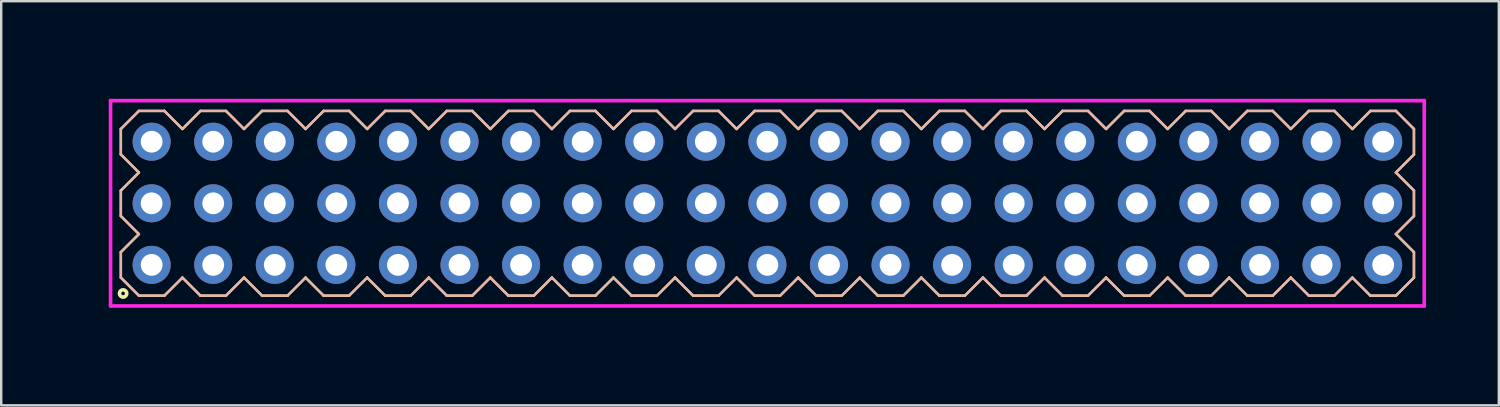
<source format=kicad_pcb>
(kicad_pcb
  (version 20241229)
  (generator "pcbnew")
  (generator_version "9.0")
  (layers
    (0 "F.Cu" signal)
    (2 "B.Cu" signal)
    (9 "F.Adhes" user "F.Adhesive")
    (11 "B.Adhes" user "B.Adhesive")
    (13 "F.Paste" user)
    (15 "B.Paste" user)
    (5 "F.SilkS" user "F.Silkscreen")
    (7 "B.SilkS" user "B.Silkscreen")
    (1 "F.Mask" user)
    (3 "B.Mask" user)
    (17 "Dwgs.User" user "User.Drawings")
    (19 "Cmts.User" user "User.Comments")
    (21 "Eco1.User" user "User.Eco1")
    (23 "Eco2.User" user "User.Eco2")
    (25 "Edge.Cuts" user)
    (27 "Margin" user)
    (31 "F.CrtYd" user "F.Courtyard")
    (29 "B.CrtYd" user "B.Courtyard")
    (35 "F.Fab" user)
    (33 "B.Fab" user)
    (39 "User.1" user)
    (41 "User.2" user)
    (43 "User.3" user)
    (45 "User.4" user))
  (footprint "HDR254P21x3"
    (layer "F.Cu")
    (at 28.605 5.336)
    (property "Reference" "HDR254P21x3" (at -27.845 0 90) (layer "User.1") (effects (font (size 1 1) (thickness 0.1))))
    (attr through_hole)
    (fp_line (start -26.67 -3.066) (end -25.926 -3.81) (stroke (width 0.1) (type solid)) (layer "F.SilkS"))
    (fp_line (start -26.67 -2.014) (end -26.67 -3.066) (stroke (width 0.1) (type solid)) (layer "F.SilkS"))
    (fp_line (start -26.67 -0.526) (end -25.926 -1.27) (stroke (width 0.1) (type solid)) (layer "F.SilkS"))
    (fp_line (start -26.67 0.526) (end -26.67 -0.526) (stroke (width 0.1) (type solid)) (layer "F.SilkS"))
    (fp_line (start -26.67 2.014) (end -25.926 1.27) (stroke (width 0.1) (type solid)) (layer "F.SilkS"))
    (fp_line (start -26.67 3.066) (end -26.67 2.014) (stroke (width 0.1) (type solid)) (layer "F.SilkS"))
    (fp_line (start -25.926 -3.81) (end -24.874 -3.81) (stroke (width 0.1) (type solid)) (layer "F.SilkS"))
    (fp_line (start -25.926 -1.27) (end -26.67 -2.014) (stroke (width 0.1) (type solid)) (layer "F.SilkS"))
    (fp_line (start -25.926 1.27) (end -26.67 0.526) (stroke (width 0.1) (type solid)) (layer "F.SilkS"))
    (fp_line (start -25.926 3.81) (end -26.67 3.066) (stroke (width 0.1) (type solid)) (layer "F.SilkS"))
    (fp_line (start -24.874 -3.81) (end -24.13 -3.066) (stroke (width 0.1) (type solid)) (layer "F.SilkS"))
    (fp_line (start -24.874 3.81) (end -25.926 3.81) (stroke (width 0.1) (type solid)) (layer "F.SilkS"))
    (fp_line (start -24.13 -3.066) (end -23.386 -3.81) (stroke (width 0.1) (type solid)) (layer "F.SilkS"))
    (fp_line (start -24.13 3.066) (end -24.874 3.81) (stroke (width 0.1) (type solid)) (layer "F.SilkS"))
    (fp_line (start -23.386 -3.81) (end -22.334 -3.81) (stroke (width 0.1) (type solid)) (layer "F.SilkS"))
    (fp_line (start -23.386 3.81) (end -24.13 3.066) (stroke (width 0.1) (type solid)) (layer "F.SilkS"))
    (fp_line (start -22.334 -3.81) (end -21.59 -3.066) (stroke (width 0.1) (type solid)) (layer "F.SilkS"))
    (fp_line (start -22.334 3.81) (end -23.386 3.81) (stroke (width 0.1) (type solid)) (layer "F.SilkS"))
    (fp_line (start -21.59 -3.066) (end -20.846 -3.81) (stroke (width 0.1) (type solid)) (layer "F.SilkS"))
    (fp_line (start -21.59 3.066) (end -22.334 3.81) (stroke (width 0.1) (type solid)) (layer "F.SilkS"))
    (fp_line (start -20.846 -3.81) (end -19.794 -3.81) (stroke (width 0.1) (type solid)) (layer "F.SilkS"))
    (fp_line (start -20.846 3.81) (end -21.59 3.066) (stroke (width 0.1) (type solid)) (layer "F.SilkS"))
    (fp_line (start -19.794 -3.81) (end -19.05 -3.066) (stroke (width 0.1) (type solid)) (layer "F.SilkS"))
    (fp_line (start -19.794 3.81) (end -20.846 3.81) (stroke (width 0.1) (type solid)) (layer "F.SilkS"))
    (fp_line (start -19.05 -3.066) (end -18.306 -3.81) (stroke (width 0.1) (type solid)) (layer "F.SilkS"))
    (fp_line (start -19.05 3.066) (end -19.794 3.81) (stroke (width 0.1) (type solid)) (layer "F.SilkS"))
    (fp_line (start -18.306 -3.81) (end -17.254 -3.81) (stroke (width 0.1) (type solid)) (layer "F.SilkS"))
    (fp_line (start -18.306 3.81) (end -19.05 3.066) (stroke (width 0.1) (type solid)) (layer "F.SilkS"))
    (fp_line (start -17.254 -3.81) (end -16.51 -3.066) (stroke (width 0.1) (type solid)) (layer "F.SilkS"))
    (fp_line (start -17.254 3.81) (end -18.306 3.81) (stroke (width 0.1) (type solid)) (layer "F.SilkS"))
    (fp_line (start -16.51 -3.066) (end -15.766 -3.81) (stroke (width 0.1) (type solid)) (layer "F.SilkS"))
    (fp_line (start -16.51 3.066) (end -17.254 3.81) (stroke (width 0.1) (type solid)) (layer "F.SilkS"))
    (fp_line (start -15.766 -3.81) (end -14.714 -3.81) (stroke (width 0.1) (type solid)) (layer "F.SilkS"))
    (fp_line (start -15.766 3.81) (end -16.51 3.066) (stroke (width 0.1) (type solid)) (layer "F.SilkS"))
    (fp_line (start -14.714 -3.81) (end -13.97 -3.066) (stroke (width 0.1) (type solid)) (layer "F.SilkS"))
    (fp_line (start -14.714 3.81) (end -15.766 3.81) (stroke (width 0.1) (type solid)) (layer "F.SilkS"))
    (fp_line (start -13.97 -3.066) (end -13.226 -3.81) (stroke (width 0.1) (type solid)) (layer "F.SilkS"))
    (fp_line (start -13.97 3.066) (end -14.714 3.81) (stroke (width 0.1) (type solid)) (layer "F.SilkS"))
    (fp_line (start -13.226 -3.81) (end -12.174 -3.81) (stroke (width 0.1) (type solid)) (layer "F.SilkS"))
    (fp_line (start -13.226 3.81) (end -13.97 3.066) (stroke (width 0.1) (type solid)) (layer "F.SilkS"))
    (fp_line (start -12.174 -3.81) (end -11.43 -3.066) (stroke (width 0.1) (type solid)) (layer "F.SilkS"))
    (fp_line (start -12.174 3.81) (end -13.226 3.81) (stroke (width 0.1) (type solid)) (layer "F.SilkS"))
    (fp_line (start -11.43 -3.066) (end -10.686 -3.81) (stroke (width 0.1) (type solid)) (layer "F.SilkS"))
    (fp_line (start -11.43 3.066) (end -12.174 3.81) (stroke (width 0.1) (type solid)) (layer "F.SilkS"))
    (fp_line (start -10.686 -3.81) (end -9.634 -3.81) (stroke (width 0.1) (type solid)) (layer "F.SilkS"))
    (fp_line (start -10.686 3.81) (end -11.43 3.066) (stroke (width 0.1) (type solid)) (layer "F.SilkS"))
    (fp_line (start -9.634 -3.81) (end -8.89 -3.066) (stroke (width 0.1) (type solid)) (layer "F.SilkS"))
    (fp_line (start -9.634 3.81) (end -10.686 3.81) (stroke (width 0.1) (type solid)) (layer "F.SilkS"))
    (fp_line (start -8.89 -3.066) (end -8.146 -3.81) (stroke (width 0.1) (type solid)) (layer "F.SilkS"))
    (fp_line (start -8.89 3.066) (end -9.634 3.81) (stroke (width 0.1) (type solid)) (layer "F.SilkS"))
    (fp_line (start -8.146 -3.81) (end -7.094 -3.81) (stroke (width 0.1) (type solid)) (layer "F.SilkS"))
    (fp_line (start -8.146 3.81) (end -8.89 3.066) (stroke (width 0.1) (type solid)) (layer "F.SilkS"))
    (fp_line (start -7.094 -3.81) (end -6.35 -3.066) (stroke (width 0.1) (type solid)) (layer "F.SilkS"))
    (fp_line (start -7.094 3.81) (end -8.146 3.81) (stroke (width 0.1) (type solid)) (layer "F.SilkS"))
    (fp_line (start -6.35 -3.066) (end -5.606 -3.81) (stroke (width 0.1) (type solid)) (layer "F.SilkS"))
    (fp_line (start -6.35 3.066) (end -7.094 3.81) (stroke (width 0.1) (type solid)) (layer "F.SilkS"))
    (fp_line (start -5.606 -3.81) (end -4.554 -3.81) (stroke (width 0.1) (type solid)) (layer "F.SilkS"))
    (fp_line (start -5.606 3.81) (end -6.35 3.066) (stroke (width 0.1) (type solid)) (layer "F.SilkS"))
    (fp_line (start -4.554 -3.81) (end -3.81 -3.066) (stroke (width 0.1) (type solid)) (layer "F.SilkS"))
    (fp_line (start -4.554 3.81) (end -5.606 3.81) (stroke (width 0.1) (type solid)) (layer "F.SilkS"))
    (fp_line (start -3.81 -3.066) (end -3.066 -3.81) (stroke (width 0.1) (type solid)) (layer "F.SilkS"))
    (fp_line (start -3.81 3.066) (end -4.554 3.81) (stroke (width 0.1) (type solid)) (layer "F.SilkS"))
    (fp_line (start -3.066 -3.81) (end -2.014 -3.81) (stroke (width 0.1) (type solid)) (layer "F.SilkS"))
    (fp_line (start -3.066 3.81) (end -3.81 3.066) (stroke (width 0.1) (type solid)) (layer "F.SilkS"))
    (fp_line (start -2.014 -3.81) (end -1.27 -3.066) (stroke (width 0.1) (type solid)) (layer "F.SilkS"))
    (fp_line (start -2.014 3.81) (end -3.066 3.81) (stroke (width 0.1) (type solid)) (layer "F.SilkS"))
    (fp_line (start -1.27 -3.066) (end -0.526 -3.81) (stroke (width 0.1) (type solid)) (layer "F.SilkS"))
    (fp_line (start -1.27 3.066) (end -2.014 3.81) (stroke (width 0.1) (type solid)) (layer "F.SilkS"))
    (fp_line (start -0.526 -3.81) (end 0.526 -3.81) (stroke (width 0.1) (type solid)) (layer "F.SilkS"))
    (fp_line (start -0.526 3.81) (end -1.27 3.066) (stroke (width 0.1) (type solid)) (layer "F.SilkS"))
    (fp_line (start 0.526 -3.81) (end 1.27 -3.066) (stroke (width 0.1) (type solid)) (layer "F.SilkS"))
    (fp_line (start 0.526 3.81) (end -0.526 3.81) (stroke (width 0.1) (type solid)) (layer "F.SilkS"))
    (fp_line (start 1.27 -3.066) (end 2.014 -3.81) (stroke (width 0.1) (type solid)) (layer "F.SilkS"))
    (fp_line (start 1.27 3.066) (end 0.526 3.81) (stroke (width 0.1) (type solid)) (layer "F.SilkS"))
    (fp_line (start 2.014 -3.81) (end 3.066 -3.81) (stroke (width 0.1) (type solid)) (layer "F.SilkS"))
    (fp_line (start 2.014 3.81) (end 1.27 3.066) (stroke (width 0.1) (type solid)) (layer "F.SilkS"))
    (fp_line (start 3.066 -3.81) (end 3.81 -3.066) (stroke (width 0.1) (type solid)) (layer "F.SilkS"))
    (fp_line (start 3.066 3.81) (end 2.014 3.81) (stroke (width 0.1) (type solid)) (layer "F.SilkS"))
    (fp_line (start 3.81 -3.066) (end 4.554 -3.81) (stroke (width 0.1) (type solid)) (layer "F.SilkS"))
    (fp_line (start 3.81 3.066) (end 3.066 3.81) (stroke (width 0.1) (type solid)) (layer "F.SilkS"))
    (fp_line (start 4.554 -3.81) (end 5.606 -3.81) (stroke (width 0.1) (type solid)) (layer "F.SilkS"))
    (fp_line (start 4.554 3.81) (end 3.81 3.066) (stroke (width 0.1) (type solid)) (layer "F.SilkS"))
    (fp_line (start 5.606 -3.81) (end 6.35 -3.066) (stroke (width 0.1) (type solid)) (layer "F.SilkS"))
    (fp_line (start 5.606 3.81) (end 4.554 3.81) (stroke (width 0.1) (type solid)) (layer "F.SilkS"))
    (fp_line (start 6.35 -3.066) (end 7.094 -3.81) (stroke (width 0.1) (type solid)) (layer "F.SilkS"))
    (fp_line (start 6.35 3.066) (end 5.606 3.81) (stroke (width 0.1) (type solid)) (layer "F.SilkS"))
    (fp_line (start 7.094 -3.81) (end 8.146 -3.81) (stroke (width 0.1) (type solid)) (layer "F.SilkS"))
    (fp_line (start 7.094 3.81) (end 6.35 3.066) (stroke (width 0.1) (type solid)) (layer "F.SilkS"))
    (fp_line (start 8.146 -3.81) (end 8.89 -3.066) (stroke (width 0.1) (type solid)) (layer "F.SilkS"))
    (fp_line (start 8.146 3.81) (end 7.094 3.81) (stroke (width 0.1) (type solid)) (layer "F.SilkS"))
    (fp_line (start 8.89 -3.066) (end 9.634 -3.81) (stroke (width 0.1) (type solid)) (layer "F.SilkS"))
    (fp_line (start 8.89 3.066) (end 8.146 3.81) (stroke (width 0.1) (type solid)) (layer "F.SilkS"))
    (fp_line (start 9.634 -3.81) (end 10.686 -3.81) (stroke (width 0.1) (type solid)) (layer "F.SilkS"))
    (fp_line (start 9.634 3.81) (end 8.89 3.066) (stroke (width 0.1) (type solid)) (layer "F.SilkS"))
    (fp_line (start 10.686 -3.81) (end 11.43 -3.066) (stroke (width 0.1) (type solid)) (layer "F.SilkS"))
    (fp_line (start 10.686 3.81) (end 9.634 3.81) (stroke (width 0.1) (type solid)) (layer "F.SilkS"))
    (fp_line (start 11.43 -3.066) (end 12.174 -3.81) (stroke (width 0.1) (type solid)) (layer "F.SilkS"))
    (fp_line (start 11.43 3.066) (end 10.686 3.81) (stroke (width 0.1) (type solid)) (layer "F.SilkS"))
    (fp_line (start 12.174 -3.81) (end 13.226 -3.81) (stroke (width 0.1) (type solid)) (layer "F.SilkS"))
    (fp_line (start 12.174 3.81) (end 11.43 3.066) (stroke (width 0.1) (type solid)) (layer "F.SilkS"))
    (fp_line (start 13.226 -3.81) (end 13.97 -3.066) (stroke (width 0.1) (type solid)) (layer "F.SilkS"))
    (fp_line (start 13.226 3.81) (end 12.174 3.81) (stroke (width 0.1) (type solid)) (layer "F.SilkS"))
    (fp_line (start 13.97 -3.066) (end 14.714 -3.81) (stroke (width 0.1) (type solid)) (layer "F.SilkS"))
    (fp_line (start 13.97 3.066) (end 13.226 3.81) (stroke (width 0.1) (type solid)) (layer "F.SilkS"))
    (fp_line (start 14.714 -3.81) (end 15.766 -3.81) (stroke (width 0.1) (type solid)) (layer "F.SilkS"))
    (fp_line (start 14.714 3.81) (end 13.97 3.066) (stroke (width 0.1) (type solid)) (layer "F.SilkS"))
    (fp_line (start 15.766 -3.81) (end 16.51 -3.066) (stroke (width 0.1) (type solid)) (layer "F.SilkS"))
    (fp_line (start 15.766 3.81) (end 14.714 3.81) (stroke (width 0.1) (type solid)) (layer "F.SilkS"))
    (fp_line (start 16.51 -3.066) (end 17.254 -3.81) (stroke (width 0.1) (type solid)) (layer "F.SilkS"))
    (fp_line (start 16.51 3.066) (end 15.766 3.81) (stroke (width 0.1) (type solid)) (layer "F.SilkS"))
    (fp_line (start 17.254 -3.81) (end 18.306 -3.81) (stroke (width 0.1) (type solid)) (layer "F.SilkS"))
    (fp_line (start 17.254 3.81) (end 16.51 3.066) (stroke (width 0.1) (type solid)) (layer "F.SilkS"))
    (fp_line (start 18.306 -3.81) (end 19.05 -3.066) (stroke (width 0.1) (type solid)) (layer "F.SilkS"))
    (fp_line (start 18.306 3.81) (end 17.254 3.81) (stroke (width 0.1) (type solid)) (layer "F.SilkS"))
    (fp_line (start 19.05 -3.066) (end 19.794 -3.81) (stroke (width 0.1) (type solid)) (layer "F.SilkS"))
    (fp_line (start 19.05 3.066) (end 18.306 3.81) (stroke (width 0.1) (type solid)) (layer "F.SilkS"))
    (fp_line (start 19.794 -3.81) (end 20.846 -3.81) (stroke (width 0.1) (type solid)) (layer "F.SilkS"))
    (fp_line (start 19.794 3.81) (end 19.05 3.066) (stroke (width 0.1) (type solid)) (layer "F.SilkS"))
    (fp_line (start 20.846 -3.81) (end 21.59 -3.066) (stroke (width 0.1) (type solid)) (layer "F.SilkS"))
    (fp_line (start 20.846 3.81) (end 19.794 3.81) (stroke (width 0.1) (type solid)) (layer "F.SilkS"))
    (fp_line (start 21.59 -3.066) (end 22.334 -3.81) (stroke (width 0.1) (type solid)) (layer "F.SilkS"))
    (fp_line (start 21.59 3.066) (end 20.846 3.81) (stroke (width 0.1) (type solid)) (layer "F.SilkS"))
    (fp_line (start 22.334 -3.81) (end 23.386 -3.81) (stroke (width 0.1) (type solid)) (layer "F.SilkS"))
    (fp_line (start 22.334 3.81) (end 21.59 3.066) (stroke (width 0.1) (type solid)) (layer "F.SilkS"))
    (fp_line (start 23.386 -3.81) (end 24.13 -3.066) (stroke (width 0.1) (type solid)) (layer "F.SilkS"))
    (fp_line (start 23.386 3.81) (end 22.334 3.81) (stroke (width 0.1) (type solid)) (layer "F.SilkS"))
    (fp_line (start 24.13 -3.066) (end 24.874 -3.81) (stroke (width 0.1) (type solid)) (layer "F.SilkS"))
    (fp_line (start 24.13 3.066) (end 23.386 3.81) (stroke (width 0.1) (type solid)) (layer "F.SilkS"))
    (fp_line (start 24.874 -3.81) (end 25.926 -3.81) (stroke (width 0.1) (type solid)) (layer "F.SilkS"))
    (fp_line (start 24.874 3.81) (end 24.13 3.066) (stroke (width 0.1) (type solid)) (layer "F.SilkS"))
    (fp_line (start 25.926 -3.81) (end 26.67 -3.066) (stroke (width 0.1) (type solid)) (layer "F.SilkS"))
    (fp_line (start 25.926 -1.27) (end 26.67 -0.526) (stroke (width 0.1) (type solid)) (layer "F.SilkS"))
    (fp_line (start 25.926 1.27) (end 26.67 2.014) (stroke (width 0.1) (type solid)) (layer "F.SilkS"))
    (fp_line (start 25.926 3.81) (end 24.874 3.81) (stroke (width 0.1) (type solid)) (layer "F.SilkS"))
    (fp_line (start 26.67 -3.066) (end 26.67 -2.014) (stroke (width 0.1) (type solid)) (layer "F.SilkS"))
    (fp_line (start 26.67 -2.014) (end 25.926 -1.27) (stroke (width 0.1) (type solid)) (layer "F.SilkS"))
    (fp_line (start 26.67 -0.526) (end 26.67 0.526) (stroke (width 0.1) (type solid)) (layer "F.SilkS"))
    (fp_line (start 26.67 0.526) (end 25.926 1.27) (stroke (width 0.1) (type solid)) (layer "F.SilkS"))
    (fp_line (start 26.67 2.014) (end 26.67 3.066) (stroke (width 0.1) (type solid)) (layer "F.SilkS"))
    (fp_line (start 26.67 3.066) (end 25.926 3.81) (stroke (width 0.1) (type solid)) (layer "F.SilkS"))
    (fp_circle (center -26.577 3.718) (end -26.427 3.718) (stroke (width 0.15) (type solid)) (fill no) (layer "F.SilkS"))
    (fp_line (start -26.67 -3.066) (end -25.926 -3.81) (stroke (width 0.1) (type solid)) (layer "B.SilkS"))
    (fp_line (start -26.67 -2.014) (end -26.67 -3.066) (stroke (width 0.1) (type solid)) (layer "B.SilkS"))
    (fp_line (start -26.67 -0.526) (end -25.926 -1.27) (stroke (width 0.1) (type solid)) (layer "B.SilkS"))
    (fp_line (start -26.67 0.526) (end -26.67 -0.526) (stroke (width 0.1) (type solid)) (layer "B.SilkS"))
    (fp_line (start -26.67 2.014) (end -25.926 1.27) (stroke (width 0.1) (type solid)) (layer "B.SilkS"))
    (fp_line (start -26.67 3.066) (end -26.67 2.014) (stroke (width 0.1) (type solid)) (layer "B.SilkS"))
    (fp_line (start -25.926 -3.81) (end -24.874 -3.81) (stroke (width 0.1) (type solid)) (layer "B.SilkS"))
    (fp_line (start -25.926 -1.27) (end -26.67 -2.014) (stroke (width 0.1) (type solid)) (layer "B.SilkS"))
    (fp_line (start -25.926 1.27) (end -26.67 0.526) (stroke (width 0.1) (type solid)) (layer "B.SilkS"))
    (fp_line (start -25.926 3.81) (end -26.67 3.066) (stroke (width 0.1) (type solid)) (layer "B.SilkS"))
    (fp_line (start -24.874 -3.81) (end -24.13 -3.066) (stroke (width 0.1) (type solid)) (layer "B.SilkS"))
    (fp_line (start -24.874 3.81) (end -25.926 3.81) (stroke (width 0.1) (type solid)) (layer "B.SilkS"))
    (fp_line (start -24.13 -3.066) (end -23.386 -3.81) (stroke (width 0.1) (type solid)) (layer "B.SilkS"))
    (fp_line (start -24.13 3.066) (end -24.874 3.81) (stroke (width 0.1) (type solid)) (layer "B.SilkS"))
    (fp_line (start -23.386 -3.81) (end -22.334 -3.81) (stroke (width 0.1) (type solid)) (layer "B.SilkS"))
    (fp_line (start -23.386 3.81) (end -24.13 3.066) (stroke (width 0.1) (type solid)) (layer "B.SilkS"))
    (fp_line (start -22.334 -3.81) (end -21.59 -3.066) (stroke (width 0.1) (type solid)) (layer "B.SilkS"))
    (fp_line (start -22.334 3.81) (end -23.386 3.81) (stroke (width 0.1) (type solid)) (layer "B.SilkS"))
    (fp_line (start -21.59 -3.066) (end -20.846 -3.81) (stroke (width 0.1) (type solid)) (layer "B.SilkS"))
    (fp_line (start -21.59 3.066) (end -22.334 3.81) (stroke (width 0.1) (type solid)) (layer "B.SilkS"))
    (fp_line (start -20.846 -3.81) (end -19.794 -3.81) (stroke (width 0.1) (type solid)) (layer "B.SilkS"))
    (fp_line (start -20.846 3.81) (end -21.59 3.066) (stroke (width 0.1) (type solid)) (layer "B.SilkS"))
    (fp_line (start -19.794 -3.81) (end -19.05 -3.066) (stroke (width 0.1) (type solid)) (layer "B.SilkS"))
    (fp_line (start -19.794 3.81) (end -20.846 3.81) (stroke (width 0.1) (type solid)) (layer "B.SilkS"))
    (fp_line (start -19.05 -3.066) (end -18.306 -3.81) (stroke (width 0.1) (type solid)) (layer "B.SilkS"))
    (fp_line (start -19.05 3.066) (end -19.794 3.81) (stroke (width 0.1) (type solid)) (layer "B.SilkS"))
    (fp_line (start -18.306 -3.81) (end -17.254 -3.81) (stroke (width 0.1) (type solid)) (layer "B.SilkS"))
    (fp_line (start -18.306 3.81) (end -19.05 3.066) (stroke (width 0.1) (type solid)) (layer "B.SilkS"))
    (fp_line (start -17.254 -3.81) (end -16.51 -3.066) (stroke (width 0.1) (type solid)) (layer "B.SilkS"))
    (fp_line (start -17.254 3.81) (end -18.306 3.81) (stroke (width 0.1) (type solid)) (layer "B.SilkS"))
    (fp_line (start -16.51 -3.066) (end -15.766 -3.81) (stroke (width 0.1) (type solid)) (layer "B.SilkS"))
    (fp_line (start -16.51 3.066) (end -17.254 3.81) (stroke (width 0.1) (type solid)) (layer "B.SilkS"))
    (fp_line (start -15.766 -3.81) (end -14.714 -3.81) (stroke (width 0.1) (type solid)) (layer "B.SilkS"))
    (fp_line (start -15.766 3.81) (end -16.51 3.066) (stroke (width 0.1) (type solid)) (layer "B.SilkS"))
    (fp_line (start -14.714 -3.81) (end -13.97 -3.066) (stroke (width 0.1) (type solid)) (layer "B.SilkS"))
    (fp_line (start -14.714 3.81) (end -15.766 3.81) (stroke (width 0.1) (type solid)) (layer "B.SilkS"))
    (fp_line (start -13.97 -3.066) (end -13.226 -3.81) (stroke (width 0.1) (type solid)) (layer "B.SilkS"))
    (fp_line (start -13.97 3.066) (end -14.714 3.81) (stroke (width 0.1) (type solid)) (layer "B.SilkS"))
    (fp_line (start -13.226 -3.81) (end -12.174 -3.81) (stroke (width 0.1) (type solid)) (layer "B.SilkS"))
    (fp_line (start -13.226 3.81) (end -13.97 3.066) (stroke (width 0.1) (type solid)) (layer "B.SilkS"))
    (fp_line (start -12.174 -3.81) (end -11.43 -3.066) (stroke (width 0.1) (type solid)) (layer "B.SilkS"))
    (fp_line (start -12.174 3.81) (end -13.226 3.81) (stroke (width 0.1) (type solid)) (layer "B.SilkS"))
    (fp_line (start -11.43 -3.066) (end -10.686 -3.81) (stroke (width 0.1) (type solid)) (layer "B.SilkS"))
    (fp_line (start -11.43 3.066) (end -12.174 3.81) (stroke (width 0.1) (type solid)) (layer "B.SilkS"))
    (fp_line (start -10.686 -3.81) (end -9.634 -3.81) (stroke (width 0.1) (type solid)) (layer "B.SilkS"))
    (fp_line (start -10.686 3.81) (end -11.43 3.066) (stroke (width 0.1) (type solid)) (layer "B.SilkS"))
    (fp_line (start -9.634 -3.81) (end -8.89 -3.066) (stroke (width 0.1) (type solid)) (layer "B.SilkS"))
    (fp_line (start -9.634 3.81) (end -10.686 3.81) (stroke (width 0.1) (type solid)) (layer "B.SilkS"))
    (fp_line (start -8.89 -3.066) (end -8.146 -3.81) (stroke (width 0.1) (type solid)) (layer "B.SilkS"))
    (fp_line (start -8.89 3.066) (end -9.634 3.81) (stroke (width 0.1) (type solid)) (layer "B.SilkS"))
    (fp_line (start -8.146 -3.81) (end -7.094 -3.81) (stroke (width 0.1) (type solid)) (layer "B.SilkS"))
    (fp_line (start -8.146 3.81) (end -8.89 3.066) (stroke (width 0.1) (type solid)) (layer "B.SilkS"))
    (fp_line (start -7.094 -3.81) (end -6.35 -3.066) (stroke (width 0.1) (type solid)) (layer "B.SilkS"))
    (fp_line (start -7.094 3.81) (end -8.146 3.81) (stroke (width 0.1) (type solid)) (layer "B.SilkS"))
    (fp_line (start -6.35 -3.066) (end -5.606 -3.81) (stroke (width 0.1) (type solid)) (layer "B.SilkS"))
    (fp_line (start -6.35 3.066) (end -7.094 3.81) (stroke (width 0.1) (type solid)) (layer "B.SilkS"))
    (fp_line (start -5.606 -3.81) (end -4.554 -3.81) (stroke (width 0.1) (type solid)) (layer "B.SilkS"))
    (fp_line (start -5.606 3.81) (end -6.35 3.066) (stroke (width 0.1) (type solid)) (layer "B.SilkS"))
    (fp_line (start -4.554 -3.81) (end -3.81 -3.066) (stroke (width 0.1) (type solid)) (layer "B.SilkS"))
    (fp_line (start -4.554 3.81) (end -5.606 3.81) (stroke (width 0.1) (type solid)) (layer "B.SilkS"))
    (fp_line (start -3.81 -3.066) (end -3.066 -3.81) (stroke (width 0.1) (type solid)) (layer "B.SilkS"))
    (fp_line (start -3.81 3.066) (end -4.554 3.81) (stroke (width 0.1) (type solid)) (layer "B.SilkS"))
    (fp_line (start -3.066 -3.81) (end -2.014 -3.81) (stroke (width 0.1) (type solid)) (layer "B.SilkS"))
    (fp_line (start -3.066 3.81) (end -3.81 3.066) (stroke (width 0.1) (type solid)) (layer "B.SilkS"))
    (fp_line (start -2.014 -3.81) (end -1.27 -3.066) (stroke (width 0.1) (type solid)) (layer "B.SilkS"))
    (fp_line (start -2.014 3.81) (end -3.066 3.81) (stroke (width 0.1) (type solid)) (layer "B.SilkS"))
    (fp_line (start -1.27 -3.066) (end -0.526 -3.81) (stroke (width 0.1) (type solid)) (layer "B.SilkS"))
    (fp_line (start -1.27 3.066) (end -2.014 3.81) (stroke (width 0.1) (type solid)) (layer "B.SilkS"))
    (fp_line (start -0.526 -3.81) (end 0.526 -3.81) (stroke (width 0.1) (type solid)) (layer "B.SilkS"))
    (fp_line (start -0.526 3.81) (end -1.27 3.066) (stroke (width 0.1) (type solid)) (layer "B.SilkS"))
    (fp_line (start 0.526 -3.81) (end 1.27 -3.066) (stroke (width 0.1) (type solid)) (layer "B.SilkS"))
    (fp_line (start 0.526 3.81) (end -0.526 3.81) (stroke (width 0.1) (type solid)) (layer "B.SilkS"))
    (fp_line (start 1.27 -3.066) (end 2.014 -3.81) (stroke (width 0.1) (type solid)) (layer "B.SilkS"))
    (fp_line (start 1.27 3.066) (end 0.526 3.81) (stroke (width 0.1) (type solid)) (layer "B.SilkS"))
    (fp_line (start 2.014 -3.81) (end 3.066 -3.81) (stroke (width 0.1) (type solid)) (layer "B.SilkS"))
    (fp_line (start 2.014 3.81) (end 1.27 3.066) (stroke (width 0.1) (type solid)) (layer "B.SilkS"))
    (fp_line (start 3.066 -3.81) (end 3.81 -3.066) (stroke (width 0.1) (type solid)) (layer "B.SilkS"))
    (fp_line (start 3.066 3.81) (end 2.014 3.81) (stroke (width 0.1) (type solid)) (layer "B.SilkS"))
    (fp_line (start 3.81 -3.066) (end 4.554 -3.81) (stroke (width 0.1) (type solid)) (layer "B.SilkS"))
    (fp_line (start 3.81 3.066) (end 3.066 3.81) (stroke (width 0.1) (type solid)) (layer "B.SilkS"))
    (fp_line (start 4.554 -3.81) (end 5.606 -3.81) (stroke (width 0.1) (type solid)) (layer "B.SilkS"))
    (fp_line (start 4.554 3.81) (end 3.81 3.066) (stroke (width 0.1) (type solid)) (layer "B.SilkS"))
    (fp_line (start 5.606 -3.81) (end 6.35 -3.066) (stroke (width 0.1) (type solid)) (layer "B.SilkS"))
    (fp_line (start 5.606 3.81) (end 4.554 3.81) (stroke (width 0.1) (type solid)) (layer "B.SilkS"))
    (fp_line (start 6.35 -3.066) (end 7.094 -3.81) (stroke (width 0.1) (type solid)) (layer "B.SilkS"))
    (fp_line (start 6.35 3.066) (end 5.606 3.81) (stroke (width 0.1) (type solid)) (layer "B.SilkS"))
    (fp_line (start 7.094 -3.81) (end 8.146 -3.81) (stroke (width 0.1) (type solid)) (layer "B.SilkS"))
    (fp_line (start 7.094 3.81) (end 6.35 3.066) (stroke (width 0.1) (type solid)) (layer "B.SilkS"))
    (fp_line (start 8.146 -3.81) (end 8.89 -3.066) (stroke (width 0.1) (type solid)) (layer "B.SilkS"))
    (fp_line (start 8.146 3.81) (end 7.094 3.81) (stroke (width 0.1) (type solid)) (layer "B.SilkS"))
    (fp_line (start 8.89 -3.066) (end 9.634 -3.81) (stroke (width 0.1) (type solid)) (layer "B.SilkS"))
    (fp_line (start 8.89 3.066) (end 8.146 3.81) (stroke (width 0.1) (type solid)) (layer "B.SilkS"))
    (fp_line (start 9.634 -3.81) (end 10.686 -3.81) (stroke (width 0.1) (type solid)) (layer "B.SilkS"))
    (fp_line (start 9.634 3.81) (end 8.89 3.066) (stroke (width 0.1) (type solid)) (layer "B.SilkS"))
    (fp_line (start 10.686 -3.81) (end 11.43 -3.066) (stroke (width 0.1) (type solid)) (layer "B.SilkS"))
    (fp_line (start 10.686 3.81) (end 9.634 3.81) (stroke (width 0.1) (type solid)) (layer "B.SilkS"))
    (fp_line (start 11.43 -3.066) (end 12.174 -3.81) (stroke (width 0.1) (type solid)) (layer "B.SilkS"))
    (fp_line (start 11.43 3.066) (end 10.686 3.81) (stroke (width 0.1) (type solid)) (layer "B.SilkS"))
    (fp_line (start 12.174 -3.81) (end 13.226 -3.81) (stroke (width 0.1) (type solid)) (layer "B.SilkS"))
    (fp_line (start 12.174 3.81) (end 11.43 3.066) (stroke (width 0.1) (type solid)) (layer "B.SilkS"))
    (fp_line (start 13.226 -3.81) (end 13.97 -3.066) (stroke (width 0.1) (type solid)) (layer "B.SilkS"))
    (fp_line (start 13.226 3.81) (end 12.174 3.81) (stroke (width 0.1) (type solid)) (layer "B.SilkS"))
    (fp_line (start 13.97 -3.066) (end 14.714 -3.81) (stroke (width 0.1) (type solid)) (layer "B.SilkS"))
    (fp_line (start 13.97 3.066) (end 13.226 3.81) (stroke (width 0.1) (type solid)) (layer "B.SilkS"))
    (fp_line (start 14.714 -3.81) (end 15.766 -3.81) (stroke (width 0.1) (type solid)) (layer "B.SilkS"))
    (fp_line (start 14.714 3.81) (end 13.97 3.066) (stroke (width 0.1) (type solid)) (layer "B.SilkS"))
    (fp_line (start 15.766 -3.81) (end 16.51 -3.066) (stroke (width 0.1) (type solid)) (layer "B.SilkS"))
    (fp_line (start 15.766 3.81) (end 14.714 3.81) (stroke (width 0.1) (type solid)) (layer "B.SilkS"))
    (fp_line (start 16.51 -3.066) (end 17.254 -3.81) (stroke (width 0.1) (type solid)) (layer "B.SilkS"))
    (fp_line (start 16.51 3.066) (end 15.766 3.81) (stroke (width 0.1) (type solid)) (layer "B.SilkS"))
    (fp_line (start 17.254 -3.81) (end 18.306 -3.81) (stroke (width 0.1) (type solid)) (layer "B.SilkS"))
    (fp_line (start 17.254 3.81) (end 16.51 3.066) (stroke (width 0.1) (type solid)) (layer "B.SilkS"))
    (fp_line (start 18.306 -3.81) (end 19.05 -3.066) (stroke (width 0.1) (type solid)) (layer "B.SilkS"))
    (fp_line (start 18.306 3.81) (end 17.254 3.81) (stroke (width 0.1) (type solid)) (layer "B.SilkS"))
    (fp_line (start 19.05 -3.066) (end 19.794 -3.81) (stroke (width 0.1) (type solid)) (layer "B.SilkS"))
    (fp_line (start 19.05 3.066) (end 18.306 3.81) (stroke (width 0.1) (type solid)) (layer "B.SilkS"))
    (fp_line (start 19.794 -3.81) (end 20.846 -3.81) (stroke (width 0.1) (type solid)) (layer "B.SilkS"))
    (fp_line (start 19.794 3.81) (end 19.05 3.066) (stroke (width 0.1) (type solid)) (layer "B.SilkS"))
    (fp_line (start 20.846 -3.81) (end 21.59 -3.066) (stroke (width 0.1) (type solid)) (layer "B.SilkS"))
    (fp_line (start 20.846 3.81) (end 19.794 3.81) (stroke (width 0.1) (type solid)) (layer "B.SilkS"))
    (fp_line (start 21.59 -3.066) (end 22.334 -3.81) (stroke (width 0.1) (type solid)) (layer "B.SilkS"))
    (fp_line (start 21.59 3.066) (end 20.846 3.81) (stroke (width 0.1) (type solid)) (layer "B.SilkS"))
    (fp_line (start 22.334 -3.81) (end 23.386 -3.81) (stroke (width 0.1) (type solid)) (layer "B.SilkS"))
    (fp_line (start 22.334 3.81) (end 21.59 3.066) (stroke (width 0.1) (type solid)) (layer "B.SilkS"))
    (fp_line (start 23.386 -3.81) (end 24.13 -3.066) (stroke (width 0.1) (type solid)) (layer "B.SilkS"))
    (fp_line (start 23.386 3.81) (end 22.334 3.81) (stroke (width 0.1) (type solid)) (layer "B.SilkS"))
    (fp_line (start 24.13 -3.066) (end 24.874 -3.81) (stroke (width 0.1) (type solid)) (layer "B.SilkS"))
    (fp_line (start 24.13 3.066) (end 23.386 3.81) (stroke (width 0.1) (type solid)) (layer "B.SilkS"))
    (fp_line (start 24.874 -3.81) (end 25.926 -3.81) (stroke (width 0.1) (type solid)) (layer "B.SilkS"))
    (fp_line (start 24.874 3.81) (end 24.13 3.066) (stroke (width 0.1) (type solid)) (layer "B.SilkS"))
    (fp_line (start 25.926 -3.81) (end 26.67 -3.066) (stroke (width 0.1) (type solid)) (layer "B.SilkS"))
    (fp_line (start 25.926 -1.27) (end 26.67 -0.526) (stroke (width 0.1) (type solid)) (layer "B.SilkS"))
    (fp_line (start 25.926 1.27) (end 26.67 2.014) (stroke (width 0.1) (type solid)) (layer "B.SilkS"))
    (fp_line (start 25.926 3.81) (end 24.874 3.81) (stroke (width 0.1) (type solid)) (layer "B.SilkS"))
    (fp_line (start 26.67 -3.066) (end 26.67 -2.014) (stroke (width 0.1) (type solid)) (layer "B.SilkS"))
    (fp_line (start 26.67 -2.014) (end 25.926 -1.27) (stroke (width 0.1) (type solid)) (layer "B.SilkS"))
    (fp_line (start 26.67 -0.526) (end 26.67 0.526) (stroke (width 0.1) (type solid)) (layer "B.SilkS"))
    (fp_line (start 26.67 0.526) (end 25.926 1.27) (stroke (width 0.1) (type solid)) (layer "B.SilkS"))
    (fp_line (start 26.67 2.014) (end 26.67 3.066) (stroke (width 0.1) (type solid)) (layer "B.SilkS"))
    (fp_line (start 26.67 3.066) (end 25.926 3.81) (stroke (width 0.1) (type solid)) (layer "B.SilkS"))
    (fp_line (start -27.095 -4.235) (end -27.095 4.235) (stroke (width 0.15) (type solid)) (layer "F.CrtYd"))
    (fp_line (start -27.095 4.235) (end 27.095 4.235) (stroke (width 0.15) (type solid)) (layer "F.CrtYd"))
    (fp_line (start 27.095 -4.235) (end -27.095 -4.235) (stroke (width 0.15) (type solid)) (layer "F.CrtYd"))
    (fp_line (start 27.095 4.235) (end 27.095 -4.235) (stroke (width 0.15) (type solid)) (layer "F.CrtYd"))
    (pad "1" thru_hole oval (at -25.4 2.54) (size 1.57 1.57) (drill 0.9) (layers "*.Cu" "*.Mask"))
    (pad "2" thru_hole oval (at -25.4 0) (size 1.57 1.57) (drill 0.9) (layers "*.Cu" "*.Mask"))
    (pad "3" thru_hole oval (at -25.4 -2.54) (size 1.57 1.57) (drill 0.9) (layers "*.Cu" "*.Mask"))
    (pad "4" thru_hole oval (at -22.86 2.54) (size 1.57 1.57) (drill 0.9) (layers "*.Cu" "*.Mask"))
    (pad "5" thru_hole oval (at -22.86 0) (size 1.57 1.57) (drill 0.9) (layers "*.Cu" "*.Mask"))
    (pad "6" thru_hole oval (at -22.86 -2.54) (size 1.57 1.57) (drill 0.9) (layers "*.Cu" "*.Mask"))
    (pad "7" thru_hole oval (at -20.32 2.54) (size 1.57 1.57) (drill 0.9) (layers "*.Cu" "*.Mask"))
    (pad "8" thru_hole oval (at -20.32 0) (size 1.57 1.57) (drill 0.9) (layers "*.Cu" "*.Mask"))
    (pad "9" thru_hole oval (at -20.32 -2.54) (size 1.57 1.57) (drill 0.9) (layers "*.Cu" "*.Mask"))
    (pad "10" thru_hole oval (at -17.78 2.54) (size 1.57 1.57) (drill 0.9) (layers "*.Cu" "*.Mask"))
    (pad "11" thru_hole oval (at -17.78 0) (size 1.57 1.57) (drill 0.9) (layers "*.Cu" "*.Mask"))
    (pad "12" thru_hole oval (at -17.78 -2.54) (size 1.57 1.57) (drill 0.9) (layers "*.Cu" "*.Mask"))
    (pad "13" thru_hole oval (at -15.24 2.54) (size 1.57 1.57) (drill 0.9) (layers "*.Cu" "*.Mask"))
    (pad "14" thru_hole oval (at -15.24 0) (size 1.57 1.57) (drill 0.9) (layers "*.Cu" "*.Mask"))
    (pad "15" thru_hole oval (at -15.24 -2.54) (size 1.57 1.57) (drill 0.9) (layers "*.Cu" "*.Mask"))
    (pad "16" thru_hole oval (at -12.7 2.54) (size 1.57 1.57) (drill 0.9) (layers "*.Cu" "*.Mask"))
    (pad "17" thru_hole oval (at -12.7 0) (size 1.57 1.57) (drill 0.9) (layers "*.Cu" "*.Mask"))
    (pad "18" thru_hole oval (at -12.7 -2.54) (size 1.57 1.57) (drill 0.9) (layers "*.Cu" "*.Mask"))
    (pad "19" thru_hole oval (at -10.16 2.54) (size 1.57 1.57) (drill 0.9) (layers "*.Cu" "*.Mask"))
    (pad "20" thru_hole oval (at -10.16 0) (size 1.57 1.57) (drill 0.9) (layers "*.Cu" "*.Mask"))
    (pad "21" thru_hole oval (at -10.16 -2.54) (size 1.57 1.57) (drill 0.9) (layers "*.Cu" "*.Mask"))
    (pad "22" thru_hole oval (at -7.62 2.54) (size 1.57 1.57) (drill 0.9) (layers "*.Cu" "*.Mask"))
    (pad "23" thru_hole oval (at -7.62 0) (size 1.57 1.57) (drill 0.9) (layers "*.Cu" "*.Mask"))
    (pad "24" thru_hole oval (at -7.62 -2.54) (size 1.57 1.57) (drill 0.9) (layers "*.Cu" "*.Mask"))
    (pad "25" thru_hole oval (at -5.08 2.54) (size 1.57 1.57) (drill 0.9) (layers "*.Cu" "*.Mask"))
    (pad "26" thru_hole oval (at -5.08 0) (size 1.57 1.57) (drill 0.9) (layers "*.Cu" "*.Mask"))
    (pad "27" thru_hole oval (at -5.08 -2.54) (size 1.57 1.57) (drill 0.9) (layers "*.Cu" "*.Mask"))
    (pad "28" thru_hole oval (at -2.54 2.54) (size 1.57 1.57) (drill 0.9) (layers "*.Cu" "*.Mask"))
    (pad "29" thru_hole oval (at -2.54 0) (size 1.57 1.57) (drill 0.9) (layers "*.Cu" "*.Mask"))
    (pad "30" thru_hole oval (at -2.54 -2.54) (size 1.57 1.57) (drill 0.9) (layers "*.Cu" "*.Mask"))
    (pad "31" thru_hole oval (at 0 2.54) (size 1.57 1.57) (drill 0.9) (layers "*.Cu" "*.Mask"))
    (pad "32" thru_hole oval (at 0 0) (size 1.57 1.57) (drill 0.9) (layers "*.Cu" "*.Mask"))
    (pad "33" thru_hole oval (at 0 -2.54) (size 1.57 1.57) (drill 0.9) (layers "*.Cu" "*.Mask"))
    (pad "34" thru_hole oval (at 2.54 2.54) (size 1.57 1.57) (drill 0.9) (layers "*.Cu" "*.Mask"))
    (pad "35" thru_hole oval (at 2.54 0) (size 1.57 1.57) (drill 0.9) (layers "*.Cu" "*.Mask"))
    (pad "36" thru_hole oval (at 2.54 -2.54) (size 1.57 1.57) (drill 0.9) (layers "*.Cu" "*.Mask"))
    (pad "37" thru_hole oval (at 5.08 2.54) (size 1.57 1.57) (drill 0.9) (layers "*.Cu" "*.Mask"))
    (pad "38" thru_hole oval (at 5.08 0) (size 1.57 1.57) (drill 0.9) (layers "*.Cu" "*.Mask"))
    (pad "39" thru_hole oval (at 5.08 -2.54) (size 1.57 1.57) (drill 0.9) (layers "*.Cu" "*.Mask"))
    (pad "40" thru_hole oval (at 7.62 2.54) (size 1.57 1.57) (drill 0.9) (layers "*.Cu" "*.Mask"))
    (pad "41" thru_hole oval (at 7.62 0) (size 1.57 1.57) (drill 0.9) (layers "*.Cu" "*.Mask"))
    (pad "42" thru_hole oval (at 7.62 -2.54) (size 1.57 1.57) (drill 0.9) (layers "*.Cu" "*.Mask"))
    (pad "43" thru_hole oval (at 10.16 2.54) (size 1.57 1.57) (drill 0.9) (layers "*.Cu" "*.Mask"))
    (pad "44" thru_hole oval (at 10.16 0) (size 1.57 1.57) (drill 0.9) (layers "*.Cu" "*.Mask"))
    (pad "45" thru_hole oval (at 10.16 -2.54) (size 1.57 1.57) (drill 0.9) (layers "*.Cu" "*.Mask"))
    (pad "46" thru_hole oval (at 12.7 2.54) (size 1.57 1.57) (drill 0.9) (layers "*.Cu" "*.Mask"))
    (pad "47" thru_hole oval (at 12.7 0) (size 1.57 1.57) (drill 0.9) (layers "*.Cu" "*.Mask"))
    (pad "48" thru_hole oval (at 12.7 -2.54) (size 1.57 1.57) (drill 0.9) (layers "*.Cu" "*.Mask"))
    (pad "49" thru_hole oval (at 15.24 2.54) (size 1.57 1.57) (drill 0.9) (layers "*.Cu" "*.Mask"))
    (pad "50" thru_hole oval (at 15.24 0) (size 1.57 1.57) (drill 0.9) (layers "*.Cu" "*.Mask"))
    (pad "51" thru_hole oval (at 15.24 -2.54) (size 1.57 1.57) (drill 0.9) (layers "*.Cu" "*.Mask"))
    (pad "52" thru_hole oval (at 17.78 2.54) (size 1.57 1.57) (drill 0.9) (layers "*.Cu" "*.Mask"))
    (pad "53" thru_hole oval (at 17.78 0) (size 1.57 1.57) (drill 0.9) (layers "*.Cu" "*.Mask"))
    (pad "54" thru_hole oval (at 17.78 -2.54) (size 1.57 1.57) (drill 0.9) (layers "*.Cu" "*.Mask"))
    (pad "55" thru_hole oval (at 20.32 2.54) (size 1.57 1.57) (drill 0.9) (layers "*.Cu" "*.Mask"))
    (pad "56" thru_hole oval (at 20.32 0) (size 1.57 1.57) (drill 0.9) (layers "*.Cu" "*.Mask"))
    (pad "57" thru_hole oval (at 20.32 -2.54) (size 1.57 1.57) (drill 0.9) (layers "*.Cu" "*.Mask"))
    (pad "58" thru_hole oval (at 22.86 2.54) (size 1.57 1.57) (drill 0.9) (layers "*.Cu" "*.Mask"))
    (pad "59" thru_hole oval (at 22.86 0) (size 1.57 1.57) (drill 0.9) (layers "*.Cu" "*.Mask"))
    (pad "60" thru_hole oval (at 22.86 -2.54) (size 1.57 1.57) (drill 0.9) (layers "*.Cu" "*.Mask"))
    (pad "61" thru_hole oval (at 25.4 2.54) (size 1.57 1.57) (drill 0.9) (layers "*.Cu" "*.Mask"))
    (pad "62" thru_hole oval (at 25.4 0) (size 1.57 1.57) (drill 0.9) (layers "*.Cu" "*.Mask"))
    (pad "63" thru_hole oval (at 25.4 -2.54) (size 1.57 1.57) (drill 0.9) (layers "*.Cu" "*.Mask")))
  (gr_rect
    (start -3 -3)
    (end 58.776 13.671)
    (stroke (width 0.1) (type default))
    (fill no)
    (layer "Edge.Cuts")))
</source>
